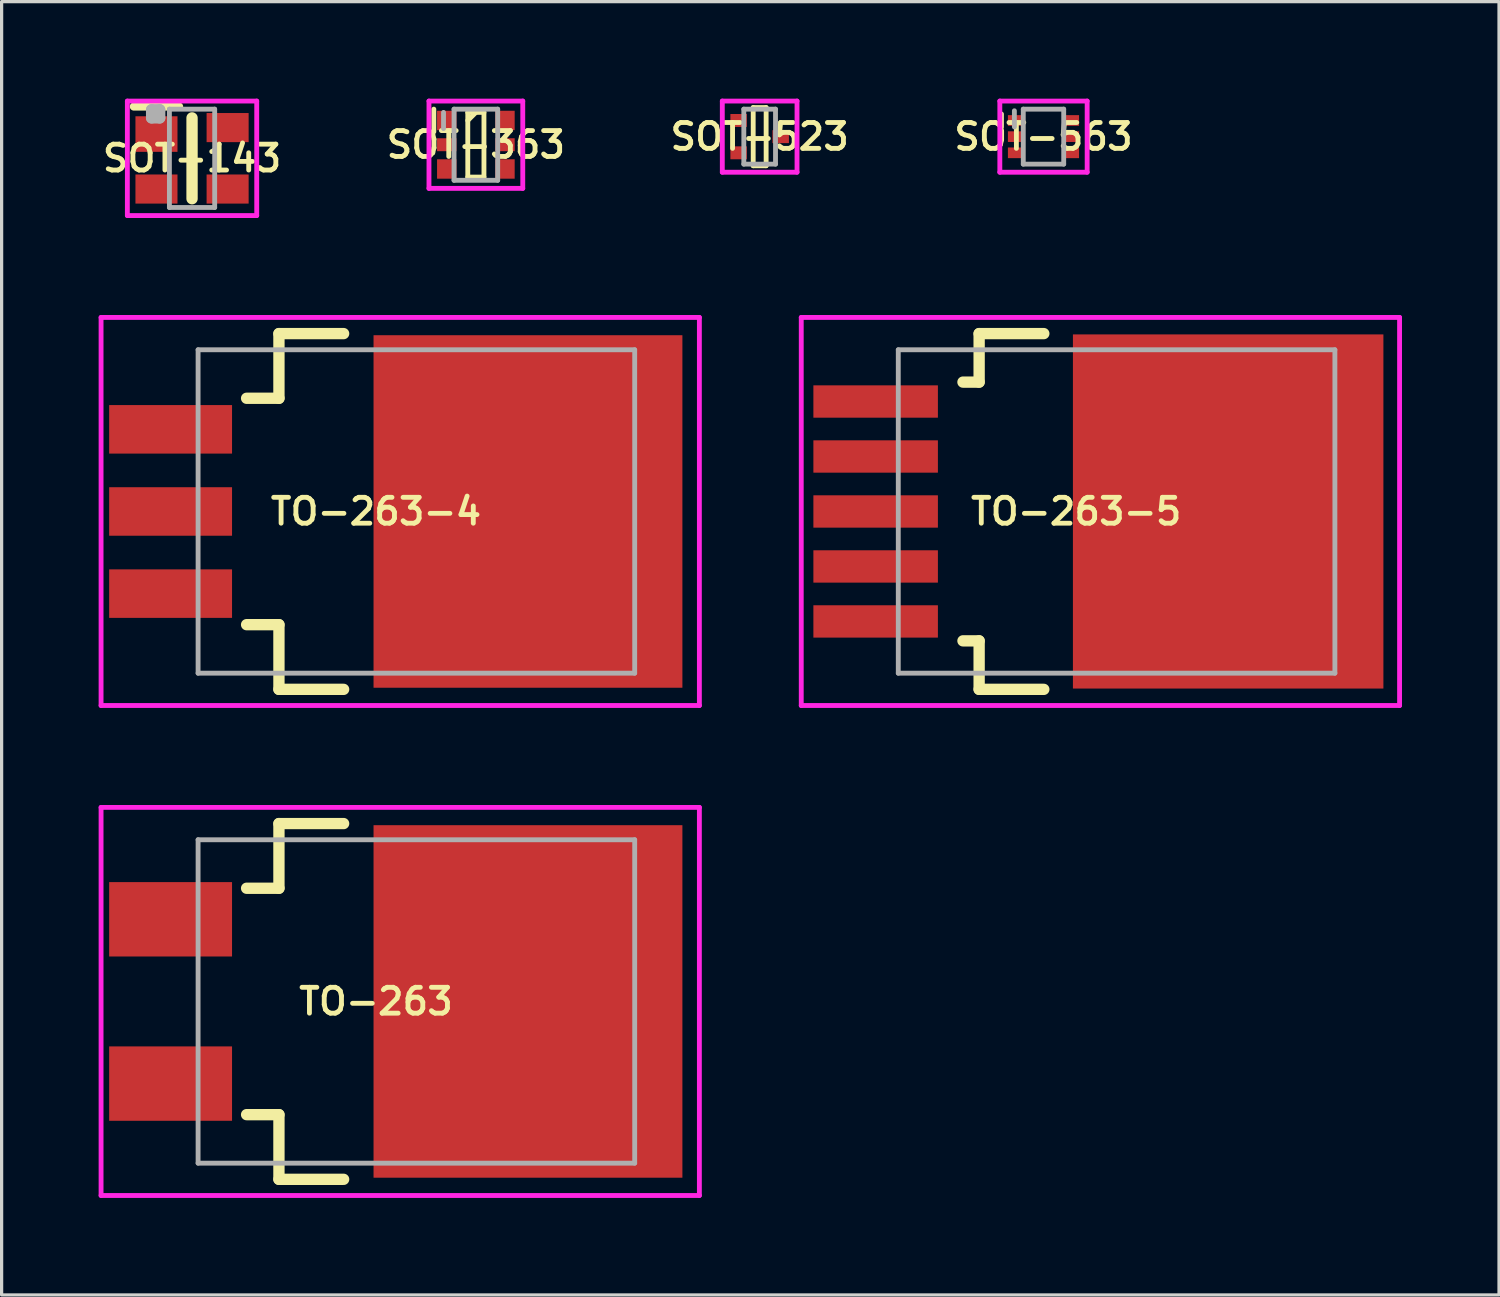
<source format=kicad_pcb>
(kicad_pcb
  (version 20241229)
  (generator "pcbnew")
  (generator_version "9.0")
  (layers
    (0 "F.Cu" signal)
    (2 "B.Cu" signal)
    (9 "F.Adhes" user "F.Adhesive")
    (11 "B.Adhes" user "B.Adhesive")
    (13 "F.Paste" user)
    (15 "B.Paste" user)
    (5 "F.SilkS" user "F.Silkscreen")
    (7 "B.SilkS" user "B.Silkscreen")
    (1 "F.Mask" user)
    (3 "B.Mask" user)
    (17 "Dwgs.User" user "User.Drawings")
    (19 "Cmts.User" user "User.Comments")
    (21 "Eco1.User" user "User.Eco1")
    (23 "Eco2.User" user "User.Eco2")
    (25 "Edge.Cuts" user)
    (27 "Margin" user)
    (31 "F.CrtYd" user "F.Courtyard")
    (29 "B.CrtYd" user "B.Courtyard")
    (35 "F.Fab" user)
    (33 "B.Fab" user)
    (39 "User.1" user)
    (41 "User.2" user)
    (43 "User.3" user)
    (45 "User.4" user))
  (footprint "TO-263-4"
    (layer "F.Cu")
    (at 8.575 12.765)
    (property "Reference" "TO-263-4" (at 0 0 0) (layer "F.SilkS") (effects (font (size 0.8 0.8) (thickness 0.15))))
    (attr smd)
    (fp_line (start -3 -5.5) (end -3 -3.5) (stroke (width 0.35) (type solid)) (layer "F.SilkS"))
    (fp_line (start -3 -3.5) (end -4 -3.5) (stroke (width 0.35) (type solid)) (layer "F.SilkS"))
    (fp_line (start -3 3.5) (end -4 3.5) (stroke (width 0.35) (type solid)) (layer "F.SilkS"))
    (fp_line (start -3 5.5) (end -3 3.5) (stroke (width 0.35) (type solid)) (layer "F.SilkS"))
    (fp_line (start -1 -5.5) (end -3 -5.5) (stroke (width 0.35) (type solid)) (layer "F.SilkS"))
    (fp_line (start -1 5.5) (end -3 5.5) (stroke (width 0.35) (type solid)) (layer "F.SilkS"))
    (fp_line (start -8.5 -6) (end 10 -6) (stroke (width 0.15) (type solid)) (layer "F.CrtYd"))
    (fp_line (start -8.5 6) (end -8.5 -6) (stroke (width 0.15) (type solid)) (layer "F.CrtYd"))
    (fp_line (start 10 -6) (end 10 6) (stroke (width 0.15) (type solid)) (layer "F.CrtYd"))
    (fp_line (start 10 6) (end -8.5 6) (stroke (width 0.15) (type solid)) (layer "F.CrtYd"))
    (fp_line (start -5.5 -5) (end 8 -5) (stroke (width 0.15) (type solid)) (layer "F.Fab"))
    (fp_line (start -5.5 5) (end -5.5 -5) (stroke (width 0.15) (type solid)) (layer "F.Fab"))
    (fp_line (start 8 -5) (end 8 5) (stroke (width 0.15) (type solid)) (layer "F.Fab"))
    (fp_line (start 8 5) (end -5.5 5) (stroke (width 0.15) (type solid)) (layer "F.Fab"))
    (pad "" smd rect (at 1.5 -3 180) (size 2.3 2.3) (layers "F.Paste"))
    (pad "" smd rect (at 1.5 0 180) (size 2.3 2.3) (layers "F.Paste"))
    (pad "" smd rect (at 1.5 3 180) (size 2.3 2.3) (layers "F.Paste"))
    (pad "" smd rect (at 5 -3 180) (size 2.3 2.3) (layers "F.Paste"))
    (pad "" smd rect (at 5 0 180) (size 2.3 2.3) (layers "F.Paste"))
    (pad "" smd rect (at 5 3 180) (size 2.3 2.3) (layers "F.Paste"))
    (pad "1" smd rect (at -6.35 -2.54 180) (size 3.8 1.5) (layers "F.Cu" "F.Mask" "F.Paste"))
    (pad "2" smd rect (at -6.35 0 180) (size 3.8 1.5) (layers "F.Cu" "F.Mask" "F.Paste"))
    (pad "3" smd rect (at -6.35 2.54 180) (size 3.8 1.5) (layers "F.Cu" "F.Mask" "F.Paste"))
    (pad "4" smd rect (at 4.7 0 180) (size 9.55 10.9) (layers "F.Cu" "F.Mask")))
  (footprint "SOT-563"
    (layer "F.Cu")
    (at 29.215 1.175)
    (property "Reference" "SOT-563" (at 0 0 0) (layer "F.SilkS") (effects (font (size 0.8 0.8) (thickness 0.15))))
    (attr smd)
    (fp_line (start -1.3 -0.7) (end -1.3 -0.3) (stroke (width 0.15) (type solid)) (layer "F.SilkS"))
    (fp_line (start -1.35 -1.1) (end 1.35 -1.1) (stroke (width 0.15) (type solid)) (layer "F.CrtYd"))
    (fp_line (start -1.35 1.1) (end -1.35 -1.1) (stroke (width 0.15) (type solid)) (layer "F.CrtYd"))
    (fp_line (start 1.35 -1.1) (end 1.35 1.1) (stroke (width 0.15) (type solid)) (layer "F.CrtYd"))
    (fp_line (start 1.35 1.1) (end -1.35 1.1) (stroke (width 0.15) (type solid)) (layer "F.CrtYd"))
    (fp_line (start -0.9 -0.8) (end -0.9 -0.3) (stroke (width 0.15) (type solid)) (layer "F.Fab"))
    (fp_line (start -0.625 -0.85) (end 0.625 -0.85) (stroke (width 0.15) (type solid)) (layer "F.Fab"))
    (fp_line (start -0.625 0.85) (end -0.625 -0.85) (stroke (width 0.15) (type solid)) (layer "F.Fab"))
    (fp_line (start 0.625 -0.85) (end 0.625 0.85) (stroke (width 0.15) (type solid)) (layer "F.Fab"))
    (fp_line (start 0.625 0.85) (end -0.625 0.85) (stroke (width 0.15) (type solid)) (layer "F.Fab"))
    (pad "1" smd rect (at -0.85 -0.5 180) (size 0.5 0.33) (layers "F.Cu" "F.Mask" "F.Paste"))
    (pad "2" smd rect (at -0.85 0 180) (size 0.5 0.33) (layers "F.Cu" "F.Mask" "F.Paste"))
    (pad "3" smd rect (at -0.85 0.5 180) (size 0.5 0.33) (layers "F.Cu" "F.Mask" "F.Paste"))
    (pad "4" smd rect (at 0.85 0.5 180) (size 0.5 0.33) (layers "F.Cu" "F.Mask" "F.Paste"))
    (pad "5" smd rect (at 0.85 0 180) (size 0.5 0.33) (layers "F.Cu" "F.Mask" "F.Paste"))
    (pad "6" smd rect (at 0.85 -0.5 180) (size 0.5 0.33) (layers "F.Cu" "F.Mask" "F.Paste")))
  (footprint "SOT-143"
    (layer "F.Cu")
    (at 2.888 1.845)
    (property "Reference" "SOT-143" (at 0 0 0) (layer "F.SilkS") (effects (font (size 0.8 0.8) (thickness 0.15))))
    (attr smd)
    (fp_line (start -1.8 -1.6) (end -0.4 -1.6) (stroke (width 0.25) (type solid)) (layer "F.SilkS"))
    (fp_line (start 0 -1.25) (end 0 1.25) (stroke (width 0.35) (type solid)) (layer "F.SilkS"))
    (fp_line (start -2 -1.77) (end 2 -1.77) (stroke (width 0.15) (type solid)) (layer "F.CrtYd"))
    (fp_line (start -2 1.77) (end -2 -1.77) (stroke (width 0.15) (type solid)) (layer "F.CrtYd"))
    (fp_line (start 2 -1.77) (end 2 1.77) (stroke (width 0.15) (type solid)) (layer "F.CrtYd"))
    (fp_line (start 2 1.77) (end -2 1.77) (stroke (width 0.15) (type solid)) (layer "F.CrtYd"))
    (fp_line (start -1.25 -1.5) (end -1.25 -1.25) (stroke (width 0.35) (type solid)) (layer "F.Fab"))
    (fp_line (start -1.25 -1.25) (end -1 -1.25) (stroke (width 0.35) (type solid)) (layer "F.Fab"))
    (fp_line (start -1 -1.5) (end -1.25 -1.5) (stroke (width 0.35) (type solid)) (layer "F.Fab"))
    (fp_line (start -1 -1.25) (end -1 -1.5) (stroke (width 0.35) (type solid)) (layer "F.Fab"))
    (fp_line (start -0.7 -1.52) (end 0.7 -1.52) (stroke (width 0.15) (type solid)) (layer "F.Fab"))
    (fp_line (start -0.7 1.52) (end -0.7 -1.52) (stroke (width 0.15) (type solid)) (layer "F.Fab"))
    (fp_line (start 0.7 -1.52) (end 0.7 1.52) (stroke (width 0.15) (type solid)) (layer "F.Fab"))
    (fp_line (start 0.7 1.52) (end -0.7 1.52) (stroke (width 0.15) (type solid)) (layer "F.Fab"))
    (pad "1" smd rect (at -1.1 -0.75 180) (size 1.3 1.1) (layers "F.Cu" "F.Mask" "F.Paste"))
    (pad "2" smd rect (at -1.1 0.95 180) (size 1.3 0.9) (layers "F.Cu" "F.Mask" "F.Paste"))
    (pad "3" smd rect (at 1.1 0.95 180) (size 1.3 0.9) (layers "F.Cu" "F.Mask" "F.Paste"))
    (pad "4" smd rect (at 1.1 -0.95 180) (size 1.3 0.9) (layers "F.Cu" "F.Mask" "F.Paste")))
  (footprint "SOT-523"
    (layer "F.Cu")
    (at 20.439 1.175)
    (property "Reference" "SOT-523" (at 0 0 0) (layer "F.SilkS") (effects (font (size 0.8 0.8) (thickness 0.15))))
    (attr smd)
    (fp_line (start -0.2 -0.9) (end -0.2 0.9) (stroke (width 0.15) (type solid)) (layer "F.SilkS"))
    (fp_line (start -0.2 0.9) (end 0.2 0.9) (stroke (width 0.15) (type solid)) (layer "F.SilkS"))
    (fp_line (start 0.2 -0.9) (end -0.2 -0.9) (stroke (width 0.15) (type solid)) (layer "F.SilkS"))
    (fp_line (start 0.2 0.9) (end 0.2 -0.9) (stroke (width 0.15) (type solid)) (layer "F.SilkS"))
    (fp_line (start -1.155 -1.1) (end 1.155 -1.1) (stroke (width 0.15) (type solid)) (layer "F.CrtYd"))
    (fp_line (start -1.155 1.1) (end -1.155 -1.1) (stroke (width 0.15) (type solid)) (layer "F.CrtYd"))
    (fp_line (start 1.155 -1.1) (end 1.155 1.1) (stroke (width 0.15) (type solid)) (layer "F.CrtYd"))
    (fp_line (start 1.155 1.1) (end -1.155 1.1) (stroke (width 0.15) (type solid)) (layer "F.CrtYd"))
    (fp_line (start -0.49 -0.85) (end 0.49 -0.85) (stroke (width 0.15) (type solid)) (layer "F.Fab"))
    (fp_line (start -0.49 0.85) (end -0.49 -0.85) (stroke (width 0.15) (type solid)) (layer "F.Fab"))
    (fp_line (start 0.49 -0.85) (end 0.49 0.85) (stroke (width 0.15) (type solid)) (layer "F.Fab"))
    (fp_line (start 0.49 0.85) (end -0.49 0.85) (stroke (width 0.15) (type solid)) (layer "F.Fab"))
    (pad "1" smd rect (at -0.65 -0.5 180) (size 0.51 0.4) (layers "F.Cu" "F.Mask" "F.Paste"))
    (pad "2" smd rect (at -0.65 0.5 180) (size 0.51 0.4) (layers "F.Cu" "F.Mask" "F.Paste"))
    (pad "3" smd rect (at 0.65 0 180) (size 0.51 0.4) (layers "F.Cu" "F.Mask" "F.Paste")))
  (footprint "TO-263"
    (layer "F.Cu")
    (at 8.575 27.915)
    (property "Reference" "TO-263" (at 0 0 0) (layer "F.SilkS") (effects (font (size 0.8 0.8) (thickness 0.15))))
    (attr smd)
    (fp_line (start -3 -5.5) (end -3 -3.5) (stroke (width 0.35) (type solid)) (layer "F.SilkS"))
    (fp_line (start -3 -3.5) (end -4 -3.5) (stroke (width 0.35) (type solid)) (layer "F.SilkS"))
    (fp_line (start -3 3.5) (end -4 3.5) (stroke (width 0.35) (type solid)) (layer "F.SilkS"))
    (fp_line (start -3 5.5) (end -3 3.5) (stroke (width 0.35) (type solid)) (layer "F.SilkS"))
    (fp_line (start -1 -5.5) (end -3 -5.5) (stroke (width 0.35) (type solid)) (layer "F.SilkS"))
    (fp_line (start -1 5.5) (end -3 5.5) (stroke (width 0.35) (type solid)) (layer "F.SilkS"))
    (fp_line (start -8.5 -6) (end 10 -6) (stroke (width 0.15) (type solid)) (layer "F.CrtYd"))
    (fp_line (start -8.5 6) (end -8.5 -6) (stroke (width 0.15) (type solid)) (layer "F.CrtYd"))
    (fp_line (start 10 -6) (end 10 6) (stroke (width 0.15) (type solid)) (layer "F.CrtYd"))
    (fp_line (start 10 6) (end -8.5 6) (stroke (width 0.15) (type solid)) (layer "F.CrtYd"))
    (fp_line (start -5.5 -5) (end 8 -5) (stroke (width 0.15) (type solid)) (layer "F.Fab"))
    (fp_line (start -5.5 5) (end -5.5 -5) (stroke (width 0.15) (type solid)) (layer "F.Fab"))
    (fp_line (start 8 -5) (end 8 5) (stroke (width 0.15) (type solid)) (layer "F.Fab"))
    (fp_line (start 8 5) (end -5.5 5) (stroke (width 0.15) (type solid)) (layer "F.Fab"))
    (pad "" smd rect (at 1.5 -3 180) (size 2.3 2.3) (layers "F.Paste"))
    (pad "" smd rect (at 1.5 0 180) (size 2.3 2.3) (layers "F.Paste"))
    (pad "" smd rect (at 1.5 3 180) (size 2.3 2.3) (layers "F.Paste"))
    (pad "" smd rect (at 5 -3 180) (size 2.3 2.3) (layers "F.Paste"))
    (pad "" smd rect (at 5 0 180) (size 2.3 2.3) (layers "F.Paste"))
    (pad "" smd rect (at 5 3 180) (size 2.3 2.3) (layers "F.Paste"))
    (pad "1" smd rect (at -6.35 -2.54 180) (size 3.8 2.3) (layers "F.Cu" "F.Mask" "F.Paste"))
    (pad "2" smd rect (at -6.35 2.54 180) (size 3.8 2.3) (layers "F.Cu" "F.Mask" "F.Paste"))
    (pad "3" smd rect (at 4.7 0 180) (size 9.55 10.9) (layers "F.Cu" "F.Mask")))
  (footprint "SOT-363"
    (layer "F.Cu")
    (at 11.664 1.425)
    (property "Reference" "SOT-363" (at 0 0 0) (layer "F.SilkS") (effects (font (size 0.8 0.8) (thickness 0.15))))
    (attr smd)
    (fp_line (start -1.3 -1.1) (end -1.3 -0.4) (stroke (width 0.15) (type solid)) (layer "F.SilkS"))
    (fp_line (start -0.25 -1) (end -0.25 1) (stroke (width 0.15) (type solid)) (layer "F.SilkS"))
    (fp_line (start -0.25 1) (end 0.25 1) (stroke (width 0.15) (type solid)) (layer "F.SilkS"))
    (fp_line (start 0 -1) (end -0.25 -0.75) (stroke (width 0.15) (type solid)) (layer "F.SilkS"))
    (fp_line (start 0.25 -1) (end -0.25 -1) (stroke (width 0.15) (type solid)) (layer "F.SilkS"))
    (fp_line (start 0.25 1) (end 0.25 -1) (stroke (width 0.15) (type solid)) (layer "F.SilkS"))
    (fp_line (start -1.45 -1.35) (end 1.45 -1.35) (stroke (width 0.15) (type solid)) (layer "F.CrtYd"))
    (fp_line (start -1.45 1.35) (end -1.45 -1.35) (stroke (width 0.15) (type solid)) (layer "F.CrtYd"))
    (fp_line (start 1.45 -1.35) (end 1.45 1.35) (stroke (width 0.15) (type solid)) (layer "F.CrtYd"))
    (fp_line (start 1.45 1.35) (end -1.45 1.35) (stroke (width 0.15) (type solid)) (layer "F.CrtYd"))
    (fp_line (start -1 -1) (end -1 -0.5) (stroke (width 0.15) (type solid)) (layer "F.Fab"))
    (fp_line (start -0.675 -1.1) (end 0.675 -1.1) (stroke (width 0.15) (type solid)) (layer "F.Fab"))
    (fp_line (start -0.675 1.1) (end -0.675 -1.1) (stroke (width 0.15) (type solid)) (layer "F.Fab"))
    (fp_line (start 0.675 -1.1) (end 0.675 1.1) (stroke (width 0.15) (type solid)) (layer "F.Fab"))
    (fp_line (start 0.675 1.1) (end -0.675 1.1) (stroke (width 0.15) (type solid)) (layer "F.Fab"))
    (pad "1" smd rect (at -0.9 -0.75) (size 0.6 0.6) (layers "F.Cu" "F.Mask" "F.Paste"))
    (pad "2" smd rect (at -0.9 0) (size 0.6 0.4) (layers "F.Cu" "F.Mask" "F.Paste"))
    (pad "3" smd rect (at -0.9 0.75) (size 0.6 0.6) (layers "F.Cu" "F.Mask" "F.Paste"))
    (pad "4" smd rect (at 0.9 0.75) (size 0.6 0.6) (layers "F.Cu" "F.Mask" "F.Paste"))
    (pad "5" smd rect (at 0.9 0) (size 0.6 0.4) (layers "F.Cu" "F.Mask" "F.Paste"))
    (pad "6" smd rect (at 0.9 -0.75) (size 0.6 0.6) (layers "F.Cu" "F.Mask" "F.Paste")))
  (footprint "TO-263-5"
    (layer "F.Cu")
    (at 30.225 12.765)
    (property "Reference" "TO-263-5" (at 0 0 0) (layer "F.SilkS") (effects (font (size 0.8 0.8) (thickness 0.15))))
    (attr smd)
    (fp_line (start -3 -5.5) (end -3 -4) (stroke (width 0.35) (type solid)) (layer "F.SilkS"))
    (fp_line (start -3 -4) (end -3.5 -4) (stroke (width 0.35) (type solid)) (layer "F.SilkS"))
    (fp_line (start -3 4) (end -3.5 4) (stroke (width 0.35) (type solid)) (layer "F.SilkS"))
    (fp_line (start -3 5.5) (end -3 4) (stroke (width 0.35) (type solid)) (layer "F.SilkS"))
    (fp_line (start -1 -5.5) (end -3 -5.5) (stroke (width 0.35) (type solid)) (layer "F.SilkS"))
    (fp_line (start -1 5.5) (end -3 5.5) (stroke (width 0.35) (type solid)) (layer "F.SilkS"))
    (fp_line (start -8.5 -6) (end 10 -6) (stroke (width 0.15) (type solid)) (layer "F.CrtYd"))
    (fp_line (start -8.5 6) (end -8.5 -6) (stroke (width 0.15) (type solid)) (layer "F.CrtYd"))
    (fp_line (start 10 -6) (end 10 6) (stroke (width 0.15) (type solid)) (layer "F.CrtYd"))
    (fp_line (start 10 6) (end -8.5 6) (stroke (width 0.15) (type solid)) (layer "F.CrtYd"))
    (fp_line (start -5.5 -5) (end 8 -5) (stroke (width 0.15) (type solid)) (layer "F.Fab"))
    (fp_line (start -5.5 5) (end -5.5 -5) (stroke (width 0.15) (type solid)) (layer "F.Fab"))
    (fp_line (start 8 -5) (end 8 5) (stroke (width 0.15) (type solid)) (layer "F.Fab"))
    (fp_line (start 8 5) (end -5.5 5) (stroke (width 0.15) (type solid)) (layer "F.Fab"))
    (pad "" smd rect (at 1.5 -3 180) (size 2.3 2.3) (layers "F.Paste"))
    (pad "" smd rect (at 1.5 0 180) (size 2.3 2.3) (layers "F.Paste"))
    (pad "" smd rect (at 1.5 3 180) (size 2.3 2.3) (layers "F.Paste"))
    (pad "" smd rect (at 5 -3 180) (size 2.3 2.3) (layers "F.Paste"))
    (pad "" smd rect (at 5 0 180) (size 2.3 2.3) (layers "F.Paste"))
    (pad "" smd rect (at 5 3 180) (size 2.3 2.3) (layers "F.Paste"))
    (pad "1" smd rect (at -6.2 -3.4 180) (size 3.85 1) (layers "F.Cu" "F.Mask" "F.Paste"))
    (pad "2" smd rect (at -6.2 -1.7 180) (size 3.85 1) (layers "F.Cu" "F.Mask" "F.Paste"))
    (pad "3" smd rect (at -6.2 0 180) (size 3.85 1) (layers "F.Cu" "F.Mask" "F.Paste"))
    (pad "4" smd rect (at -6.2 1.7 180) (size 3.85 1) (layers "F.Cu" "F.Mask" "F.Paste"))
    (pad "5" smd rect (at -6.2 3.4 180) (size 3.85 1) (layers "F.Cu" "F.Mask" "F.Paste"))
    (pad "6" smd rect (at 4.7 0 180) (size 9.6 10.95) (layers "F.Cu" "F.Mask")))
  (gr_rect
    (start -3 -3)
    (end 43.3 36.99)
    (stroke (width 0.1) (type default))
    (fill no)
    (layer "Edge.Cuts")))
</source>
